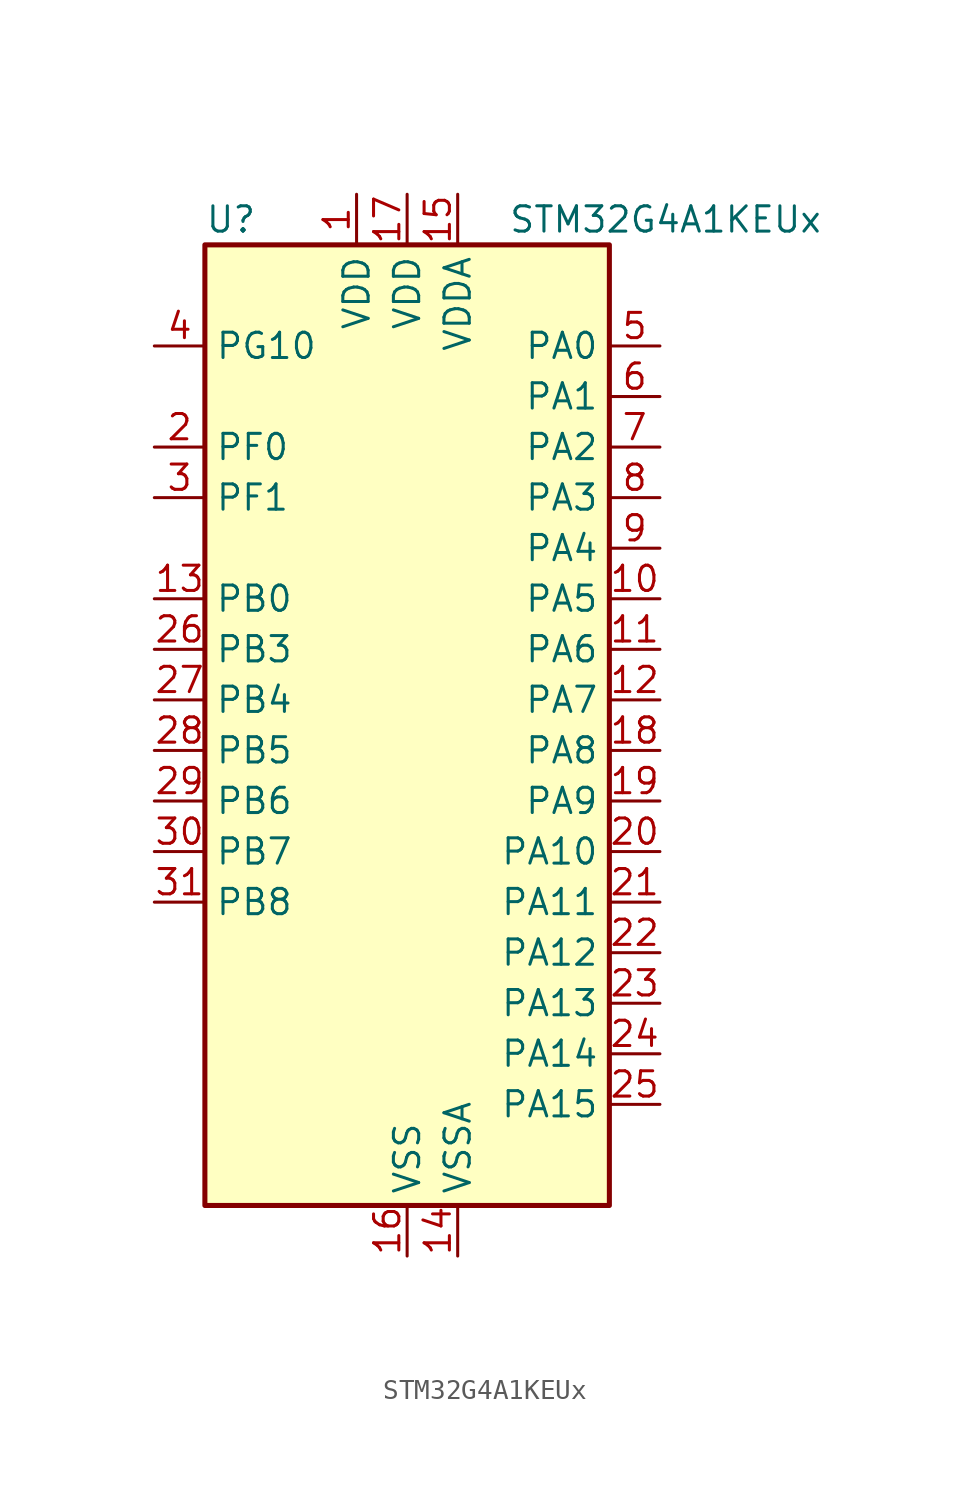
<source format=kicad_sym>
(kicad_symbol_lib
  (version 20241209)
  (generator "kicad_symbol_editor")
  (generator_version "9.0")
  (symbol "STM32G4A1KEUx"
    (property "Reference" "U"
      (at -10.16 26.67 0)
      (effects (font (size 1.27 1.27)) (justify left)))
    (property "Value" "STM32G4A1KEUx"
      (at 5.08 26.67 0)
      (effects (font (size 1.27 1.27)) (justify left)))
    (symbol "STM32G4A1KEUx_0_1"
      (rectangle (start -10.16 -22.86) (end 10.16 25.4) (stroke (width 0.254) (type default)) (fill (type background))))
    (symbol "STM32G4A1KEUx_1_1"
      (pin bidirectional line (at -12.7 20.32 0) (length 2.54) (name "PG10" (effects (font (size 1.27 1.27)))) (number "4" (effects (font (size 1.27 1.27)))) (alternate "DAC1_EXTI10" bidirectional line) (alternate "DAC3_EXTI10" bidirectional line) (alternate "RCC_MCO" bidirectional line))
      (pin bidirectional line (at -12.7 15.24 0) (length 2.54) (name "PF0" (effects (font (size 1.27 1.27)))) (number "2" (effects (font (size 1.27 1.27)))) (alternate "ADC1_IN10" bidirectional line) (alternate "I2C2_SDA" bidirectional line) (alternate "I2S2_WS" bidirectional line) (alternate "RCC_OSC_IN" bidirectional line) (alternate "SPI2_NSS" bidirectional line) (alternate "TIM1_CH3N" bidirectional line))
      (pin bidirectional line (at -12.7 12.7 0) (length 2.54) (name "PF1" (effects (font (size 1.27 1.27)))) (number "3" (effects (font (size 1.27 1.27)))) (alternate "ADC2_IN10" bidirectional line) (alternate "COMP3_INM" bidirectional line) (alternate "I2S2_CK" bidirectional line) (alternate "RCC_OSC_OUT" bidirectional line) (alternate "SPI2_SCK" bidirectional line))
      (pin bidirectional line (at -12.7 7.62 0) (length 2.54) (name "PB0" (effects (font (size 1.27 1.27)))) (number "13" (effects (font (size 1.27 1.27)))) (alternate "ADC1_IN15" bidirectional line) (alternate "ADC3_IN12" bidirectional line) (alternate "COMP4_INP" bidirectional line) (alternate "OPAMP2_VINP" bidirectional line) (alternate "OPAMP2_VINP_SEC" bidirectional line) (alternate "OPAMP3_VINP" bidirectional line) (alternate "OPAMP3_VINP_SEC" bidirectional line) (alternate "QUADSPI1_BK1_IO1" bidirectional line) (alternate "TIM1_CH2N" bidirectional line) (alternate "TIM3_CH3" bidirectional line) (alternate "TIM8_CH2N" bidirectional line) (alternate "UCPD1_FRSTX1" bidirectional line) (alternate "UCPD1_FRSTX2" bidirectional line))
      (pin bidirectional line (at -12.7 5.08 0) (length 2.54) (name "PB3" (effects (font (size 1.27 1.27)))) (number "26" (effects (font (size 1.27 1.27)))) (alternate "ADC3_EXTI3" bidirectional line) (alternate "CRS_SYNC" bidirectional line) (alternate "I2S3_CK" bidirectional line) (alternate "SAI1_SCK_B" bidirectional line) (alternate "SPI1_SCK" bidirectional line) (alternate "SPI3_SCK" bidirectional line) (alternate "SYS_JTDO-SWO" bidirectional line) (alternate "TIM2_CH2" bidirectional line) (alternate "TIM3_ETR" bidirectional line) (alternate "TIM4_ETR" bidirectional line) (alternate "TIM8_CH1N" bidirectional line) (alternate "USART2_TX" bidirectional line))
      (pin bidirectional line (at -12.7 2.54 0) (length 2.54) (name "PB4" (effects (font (size 1.27 1.27)))) (number "27" (effects (font (size 1.27 1.27)))) (alternate "SAI1_MCLK_B" bidirectional line) (alternate "SPI1_MISO" bidirectional line) (alternate "SPI3_MISO" bidirectional line) (alternate "SYS_JTRST" bidirectional line) (alternate "TIM16_CH1" bidirectional line) (alternate "TIM17_BKIN" bidirectional line) (alternate "TIM3_CH1" bidirectional line) (alternate "TIM8_CH2N" bidirectional line) (alternate "UCPD1_CC2" bidirectional line) (alternate "USART2_RX" bidirectional line))
      (pin bidirectional line (at -12.7 0 0) (length 2.54) (name "PB5" (effects (font (size 1.27 1.27)))) (number "28" (effects (font (size 1.27 1.27)))) (alternate "FDCAN2_RX" bidirectional line) (alternate "I2C1_SMBA" bidirectional line) (alternate "I2C3_SDA" bidirectional line) (alternate "I2S3_SD" bidirectional line) (alternate "LPTIM1_IN1" bidirectional line) (alternate "SAI1_SD_B" bidirectional line) (alternate "SPI1_MOSI" bidirectional line) (alternate "SPI3_MOSI" bidirectional line) (alternate "TIM16_BKIN" bidirectional line) (alternate "TIM17_CH1" bidirectional line) (alternate "TIM3_CH2" bidirectional line) (alternate "TIM8_CH3N" bidirectional line) (alternate "USART2_CK" bidirectional line))
      (pin bidirectional line (at -12.7 -2.54 0) (length 2.54) (name "PB6" (effects (font (size 1.27 1.27)))) (number "29" (effects (font (size 1.27 1.27)))) (alternate "COMP4_OUT" bidirectional line) (alternate "FDCAN2_TX" bidirectional line) (alternate "LPTIM1_ETR" bidirectional line) (alternate "SAI1_FS_B" bidirectional line) (alternate "TIM16_CH1N" bidirectional line) (alternate "TIM4_CH1" bidirectional line) (alternate "TIM8_BKIN2" bidirectional line) (alternate "TIM8_CH1" bidirectional line) (alternate "TIM8_ETR" bidirectional line) (alternate "UCPD1_CC1" bidirectional line) (alternate "USART1_TX" bidirectional line))
      (pin bidirectional line (at -12.7 -5.08 0) (length 2.54) (name "PB7" (effects (font (size 1.27 1.27)))) (number "30" (effects (font (size 1.27 1.27)))) (alternate "COMP3_OUT" bidirectional line) (alternate "I2C1_SDA" bidirectional line) (alternate "LPTIM1_IN2" bidirectional line) (alternate "SYS_PVD_IN" bidirectional line) (alternate "TIM17_CH1N" bidirectional line) (alternate "TIM3_CH4" bidirectional line) (alternate "TIM4_CH2" bidirectional line) (alternate "TIM8_BKIN" bidirectional line) (alternate "USART1_RX" bidirectional line))
      (pin bidirectional line (at -12.7 -7.62 0) (length 2.54) (name "PB8" (effects (font (size 1.27 1.27)))) (number "31" (effects (font (size 1.27 1.27)))) (alternate "COMP1_OUT" bidirectional line) (alternate "FDCAN1_RX" bidirectional line) (alternate "I2C1_SCL" bidirectional line) (alternate "SAI1_CK1" bidirectional line) (alternate "SAI1_MCLK_A" bidirectional line) (alternate "TIM16_CH1" bidirectional line) (alternate "TIM1_BKIN" bidirectional line) (alternate "TIM4_CH3" bidirectional line) (alternate "TIM8_CH2" bidirectional line))
      (pin power_in line (at -2.54 27.94 270) (length 2.54) (name "VDD" (effects (font (size 1.27 1.27)))) (number "1" (effects (font (size 1.27 1.27)))))
      (pin power_in line (at 0 27.94 270) (length 2.54) (name "VDD" (effects (font (size 1.27 1.27)))) (number "17" (effects (font (size 1.27 1.27)))))
      (pin power_in line (at 0 -25.4 90) (length 2.54) (name "VSS" (effects (font (size 1.27 1.27)))) (number "16" (effects (font (size 1.27 1.27)))))
      (pin passive line (at 0 -25.4 90) (length 2.54) (hide yes) (name "VSS" (effects (font (size 1.27 1.27)))) (number "32" (effects (font (size 1.27 1.27)))))
      (pin passive line (at 0 -25.4 90) (length 2.54) (hide yes) (name "VSS" (effects (font (size 1.27 1.27)))) (number "33" (effects (font (size 1.27 1.27)))))
      (pin power_in line (at 2.54 27.94 270) (length 2.54) (name "VDDA" (effects (font (size 1.27 1.27)))) (number "15" (effects (font (size 1.27 1.27)))))
      (pin power_in line (at 2.54 -25.4 90) (length 2.54) (name "VSSA" (effects (font (size 1.27 1.27)))) (number "14" (effects (font (size 1.27 1.27)))))
      (pin bidirectional line (at 12.7 20.32 180) (length 2.54) (name "PA0" (effects (font (size 1.27 1.27)))) (number "5" (effects (font (size 1.27 1.27)))) (alternate "ADC1_IN1" bidirectional line) (alternate "ADC2_IN1" bidirectional line) (alternate "COMP1_INM" bidirectional line) (alternate "COMP1_OUT" bidirectional line) (alternate "COMP3_INP" bidirectional line) (alternate "RTC_TAMP2" bidirectional line) (alternate "SYS_WKUP1" bidirectional line) (alternate "TIM2_CH1" bidirectional line) (alternate "TIM2_ETR" bidirectional line) (alternate "TIM8_BKIN" bidirectional line) (alternate "TIM8_ETR" bidirectional line) (alternate "USART2_CTS" bidirectional line) (alternate "USART2_NSS" bidirectional line))
      (pin bidirectional line (at 12.7 17.78 180) (length 2.54) (name "PA1" (effects (font (size 1.27 1.27)))) (number "6" (effects (font (size 1.27 1.27)))) (alternate "ADC1_IN2" bidirectional line) (alternate "ADC2_IN2" bidirectional line) (alternate "COMP1_INP" bidirectional line) (alternate "OPAMP1_VINP" bidirectional line) (alternate "OPAMP1_VINP_SEC" bidirectional line) (alternate "OPAMP3_VINP" bidirectional line) (alternate "OPAMP3_VINP_SEC" bidirectional line) (alternate "OPAMP6_VINM" bidirectional line) (alternate "OPAMP6_VINM0" bidirectional line) (alternate "OPAMP6_VINM_SEC" bidirectional line) (alternate "RTC_REFIN" bidirectional line) (alternate "TIM15_CH1N" bidirectional line) (alternate "TIM2_CH2" bidirectional line) (alternate "USART2_DE" bidirectional line) (alternate "USART2_RTS" bidirectional line))
      (pin bidirectional line (at 12.7 15.24 180) (length 2.54) (name "PA2" (effects (font (size 1.27 1.27)))) (number "7" (effects (font (size 1.27 1.27)))) (alternate "ADC1_IN3" bidirectional line) (alternate "ADC3_EXTI2" bidirectional line) (alternate "COMP2_INM" bidirectional line) (alternate "COMP2_OUT" bidirectional line) (alternate "LPUART1_TX" bidirectional line) (alternate "OPAMP1_VOUT" bidirectional line) (alternate "QUADSPI1_BK1_NCS" bidirectional line) (alternate "RCC_LSCO" bidirectional line) (alternate "SYS_WKUP4" bidirectional line) (alternate "TIM15_CH1" bidirectional line) (alternate "TIM2_CH3" bidirectional line) (alternate "UCPD1_FRSTX1" bidirectional line) (alternate "UCPD1_FRSTX2" bidirectional line) (alternate "USART2_TX" bidirectional line))
      (pin bidirectional line (at 12.7 12.7 180) (length 2.54) (name "PA3" (effects (font (size 1.27 1.27)))) (number "8" (effects (font (size 1.27 1.27)))) (alternate "ADC1_IN4" bidirectional line) (alternate "ADC3_EXTI3" bidirectional line) (alternate "COMP2_INP" bidirectional line) (alternate "LPUART1_RX" bidirectional line) (alternate "OPAMP1_VINM" bidirectional line) (alternate "OPAMP1_VINM0" bidirectional line) (alternate "OPAMP1_VINM_SEC" bidirectional line) (alternate "OPAMP1_VINP" bidirectional line) (alternate "OPAMP1_VINP_SEC" bidirectional line) (alternate "QUADSPI1_CLK" bidirectional line) (alternate "SAI1_CK1" bidirectional line) (alternate "SAI1_MCLK_A" bidirectional line) (alternate "TIM15_CH2" bidirectional line) (alternate "TIM2_CH4" bidirectional line) (alternate "USART2_RX" bidirectional line))
      (pin bidirectional line (at 12.7 10.16 180) (length 2.54) (name "PA4" (effects (font (size 1.27 1.27)))) (number "9" (effects (font (size 1.27 1.27)))) (alternate "ADC2_IN17" bidirectional line) (alternate "COMP1_INM" bidirectional line) (alternate "DAC1_OUT1" bidirectional line) (alternate "I2S3_WS" bidirectional line) (alternate "SAI1_FS_B" bidirectional line) (alternate "SPI1_NSS" bidirectional line) (alternate "SPI3_NSS" bidirectional line) (alternate "TIM3_CH2" bidirectional line) (alternate "USART2_CK" bidirectional line))
      (pin bidirectional line (at 12.7 7.62 180) (length 2.54) (name "PA5" (effects (font (size 1.27 1.27)))) (number "10" (effects (font (size 1.27 1.27)))) (alternate "ADC2_IN13" bidirectional line) (alternate "COMP2_INM" bidirectional line) (alternate "DAC1_OUT2" bidirectional line) (alternate "OPAMP2_VINM" bidirectional line) (alternate "OPAMP2_VINM0" bidirectional line) (alternate "OPAMP2_VINM_SEC" bidirectional line) (alternate "SPI1_SCK" bidirectional line) (alternate "TIM2_CH1" bidirectional line) (alternate "TIM2_ETR" bidirectional line) (alternate "UCPD1_FRSTX1" bidirectional line) (alternate "UCPD1_FRSTX2" bidirectional line))
      (pin bidirectional line (at 12.7 5.08 180) (length 2.54) (name "PA6" (effects (font (size 1.27 1.27)))) (number "11" (effects (font (size 1.27 1.27)))) (alternate "ADC2_IN3" bidirectional line) (alternate "COMP1_OUT" bidirectional line) (alternate "LPUART1_CTS" bidirectional line) (alternate "OPAMP2_VOUT" bidirectional line) (alternate "QUADSPI1_BK1_IO3" bidirectional line) (alternate "SPI1_MISO" bidirectional line) (alternate "TIM16_CH1" bidirectional line) (alternate "TIM1_BKIN" bidirectional line) (alternate "TIM3_CH1" bidirectional line) (alternate "TIM8_BKIN" bidirectional line))
      (pin bidirectional line (at 12.7 2.54 180) (length 2.54) (name "PA7" (effects (font (size 1.27 1.27)))) (number "12" (effects (font (size 1.27 1.27)))) (alternate "ADC2_IN4" bidirectional line) (alternate "COMP2_INP" bidirectional line) (alternate "COMP2_OUT" bidirectional line) (alternate "OPAMP1_VINP" bidirectional line) (alternate "OPAMP1_VINP_SEC" bidirectional line) (alternate "OPAMP2_VINP" bidirectional line) (alternate "OPAMP2_VINP_SEC" bidirectional line) (alternate "QUADSPI1_BK1_IO2" bidirectional line) (alternate "SPI1_MOSI" bidirectional line) (alternate "TIM17_CH1" bidirectional line) (alternate "TIM1_CH1N" bidirectional line) (alternate "TIM3_CH2" bidirectional line) (alternate "TIM8_CH1N" bidirectional line) (alternate "UCPD1_FRSTX1" bidirectional line) (alternate "UCPD1_FRSTX2" bidirectional line))
      (pin bidirectional line (at 12.7 0 180) (length 2.54) (name "PA8" (effects (font (size 1.27 1.27)))) (number "18" (effects (font (size 1.27 1.27)))) (alternate "I2C2_SDA" bidirectional line) (alternate "I2C3_SCL" bidirectional line) (alternate "I2S2_MCK" bidirectional line) (alternate "RCC_MCO" bidirectional line) (alternate "SAI1_CK2" bidirectional line) (alternate "SAI1_SCK_A" bidirectional line) (alternate "TIM1_CH1" bidirectional line) (alternate "TIM4_ETR" bidirectional line) (alternate "USART1_CK" bidirectional line))
      (pin bidirectional line (at 12.7 -2.54 180) (length 2.54) (name "PA9" (effects (font (size 1.27 1.27)))) (number "19" (effects (font (size 1.27 1.27)))) (alternate "DAC1_EXTI9" bidirectional line) (alternate "DAC3_EXTI9" bidirectional line) (alternate "I2C2_SCL" bidirectional line) (alternate "I2C3_SMBA" bidirectional line) (alternate "I2S3_MCK" bidirectional line) (alternate "SAI1_FS_A" bidirectional line) (alternate "TIM15_BKIN" bidirectional line) (alternate "TIM1_CH2" bidirectional line) (alternate "TIM2_CH3" bidirectional line) (alternate "UCPD1_DBCC1" bidirectional line) (alternate "USART1_TX" bidirectional line))
      (pin bidirectional line (at 12.7 -5.08 180) (length 2.54) (name "PA10" (effects (font (size 1.27 1.27)))) (number "20" (effects (font (size 1.27 1.27)))) (alternate "CRS_SYNC" bidirectional line) (alternate "DAC1_EXTI10" bidirectional line) (alternate "DAC3_EXTI10" bidirectional line) (alternate "I2C2_SMBA" bidirectional line) (alternate "SAI1_D1" bidirectional line) (alternate "SAI1_SD_A" bidirectional line) (alternate "SPI2_MISO" bidirectional line) (alternate "TIM17_BKIN" bidirectional line) (alternate "TIM1_CH3" bidirectional line) (alternate "TIM2_CH4" bidirectional line) (alternate "TIM8_BKIN" bidirectional line) (alternate "UCPD1_DBCC2" bidirectional line) (alternate "USART1_RX" bidirectional line))
      (pin bidirectional line (at 12.7 -7.62 180) (length 2.54) (name "PA11" (effects (font (size 1.27 1.27)))) (number "21" (effects (font (size 1.27 1.27)))) (alternate "ADC1_EXTI11" bidirectional line) (alternate "ADC2_EXTI11" bidirectional line) (alternate "COMP1_OUT" bidirectional line) (alternate "FDCAN1_RX" bidirectional line) (alternate "I2S2_SD" bidirectional line) (alternate "SPI2_MOSI" bidirectional line) (alternate "TIM1_BKIN2" bidirectional line) (alternate "TIM1_CH1N" bidirectional line) (alternate "TIM1_CH4" bidirectional line) (alternate "TIM4_CH1" bidirectional line) (alternate "USART1_CTS" bidirectional line) (alternate "USART1_NSS" bidirectional line) (alternate "USB_DM" bidirectional line))
      (pin bidirectional line (at 12.7 -10.16 180) (length 2.54) (name "PA12" (effects (font (size 1.27 1.27)))) (number "22" (effects (font (size 1.27 1.27)))) (alternate "COMP2_OUT" bidirectional line) (alternate "FDCAN1_TX" bidirectional line) (alternate "I2S_CKIN" bidirectional line) (alternate "TIM16_CH1" bidirectional line) (alternate "TIM1_CH2N" bidirectional line) (alternate "TIM1_ETR" bidirectional line) (alternate "TIM4_CH2" bidirectional line) (alternate "USART1_DE" bidirectional line) (alternate "USART1_RTS" bidirectional line) (alternate "USB_DP" bidirectional line))
      (pin bidirectional line (at 12.7 -12.7 180) (length 2.54) (name "PA13" (effects (font (size 1.27 1.27)))) (number "23" (effects (font (size 1.27 1.27)))) (alternate "I2C1_SCL" bidirectional line) (alternate "IR_OUT" bidirectional line) (alternate "SAI1_SD_B" bidirectional line) (alternate "SYS_JTMS-SWDIO" bidirectional line) (alternate "TIM16_CH1N" bidirectional line) (alternate "TIM4_CH3" bidirectional line))
      (pin bidirectional line (at 12.7 -15.24 180) (length 2.54) (name "PA14" (effects (font (size 1.27 1.27)))) (number "24" (effects (font (size 1.27 1.27)))) (alternate "I2C1_SDA" bidirectional line) (alternate "LPTIM1_OUT" bidirectional line) (alternate "SAI1_FS_B" bidirectional line) (alternate "SYS_JTCK-SWCLK" bidirectional line) (alternate "TIM1_BKIN" bidirectional line) (alternate "TIM8_CH2" bidirectional line) (alternate "USART2_TX" bidirectional line))
      (pin bidirectional line (at 12.7 -17.78 180) (length 2.54) (name "PA15" (effects (font (size 1.27 1.27)))) (number "25" (effects (font (size 1.27 1.27)))) (alternate "ADC1_EXTI15" bidirectional line) (alternate "ADC2_EXTI15" bidirectional line) (alternate "I2C1_SCL" bidirectional line) (alternate "I2S3_WS" bidirectional line) (alternate "SPI1_NSS" bidirectional line) (alternate "SPI3_NSS" bidirectional line) (alternate "SYS_JTDI" bidirectional line) (alternate "TIM1_BKIN" bidirectional line) (alternate "TIM20_ETR" bidirectional line) (alternate "TIM2_CH1" bidirectional line) (alternate "TIM2_ETR" bidirectional line) (alternate "TIM8_CH1" bidirectional line) (alternate "USART2_RX" bidirectional line)))))
</source>
